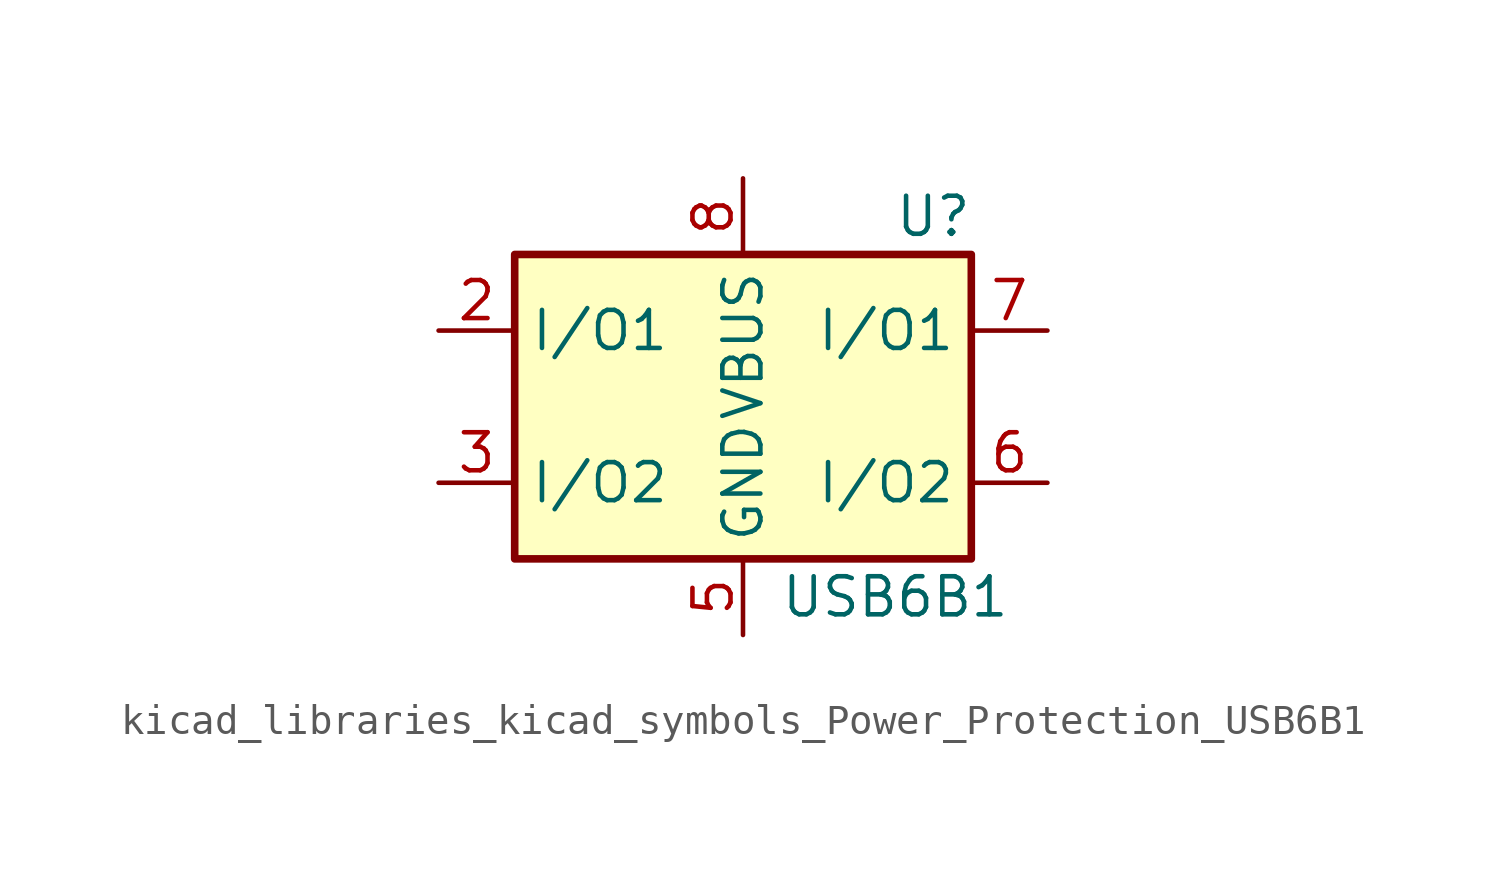
<source format=kicad_sym>
(kicad_symbol_lib
  (version 20220914)
  (generator kicad_symbol_editor)
  (symbol "kicad_libraries_kicad_symbols_Power_Protection_USB6B1"
    (property "Reference" "U"
      (at 6.35 6.35 0)
      (effects (font (size 1.27 1.27))))
    (property "Value" "USB6B1"
      (at 5.08 -6.35 0)
      (effects (font (size 1.27 1.27))))
    (symbol "kicad_libraries_kicad_symbols_Power_Protection_USB6B1_0_1"
      (rectangle (start -7.62 -5.08) (end 7.62 5.08) (stroke (width 0.254) (type default)) (fill (type background))))
    (symbol "kicad_libraries_kicad_symbols_Power_Protection_USB6B1_1_1"
      (pin passive line (at 0 7.62 270) (length 2.54) hide (name "VBUS" (effects (font (size 1.27 1.27)))) (number "1" (effects (font (size 1.27 1.27)))))
      (pin passive line (at -10.16 2.54 0) (length 2.54) (name "I/O1" (effects (font (size 1.27 1.27)))) (number "2" (effects (font (size 1.27 1.27)))))
      (pin passive line (at -10.16 -2.54 0) (length 2.54) (name "I/O2" (effects (font (size 1.27 1.27)))) (number "3" (effects (font (size 1.27 1.27)))))
      (pin passive line (at 0 -7.62 90) (length 2.54) hide (name "GND" (effects (font (size 1.27 1.27)))) (number "4" (effects (font (size 1.27 1.27)))))
      (pin passive line (at 0 -7.62 90) (length 2.54) (name "GND" (effects (font (size 1.27 1.27)))) (number "5" (effects (font (size 1.27 1.27)))))
      (pin passive line (at 10.16 -2.54 180) (length 2.54) (name "I/O2" (effects (font (size 1.27 1.27)))) (number "6" (effects (font (size 1.27 1.27)))))
      (pin passive line (at 10.16 2.54 180) (length 2.54) (name "I/O1" (effects (font (size 1.27 1.27)))) (number "7" (effects (font (size 1.27 1.27)))))
      (pin passive line (at 0 7.62 270) (length 2.54) (name "VBUS" (effects (font (size 1.27 1.27)))) (number "8" (effects (font (size 1.27 1.27))))))))
</source>
